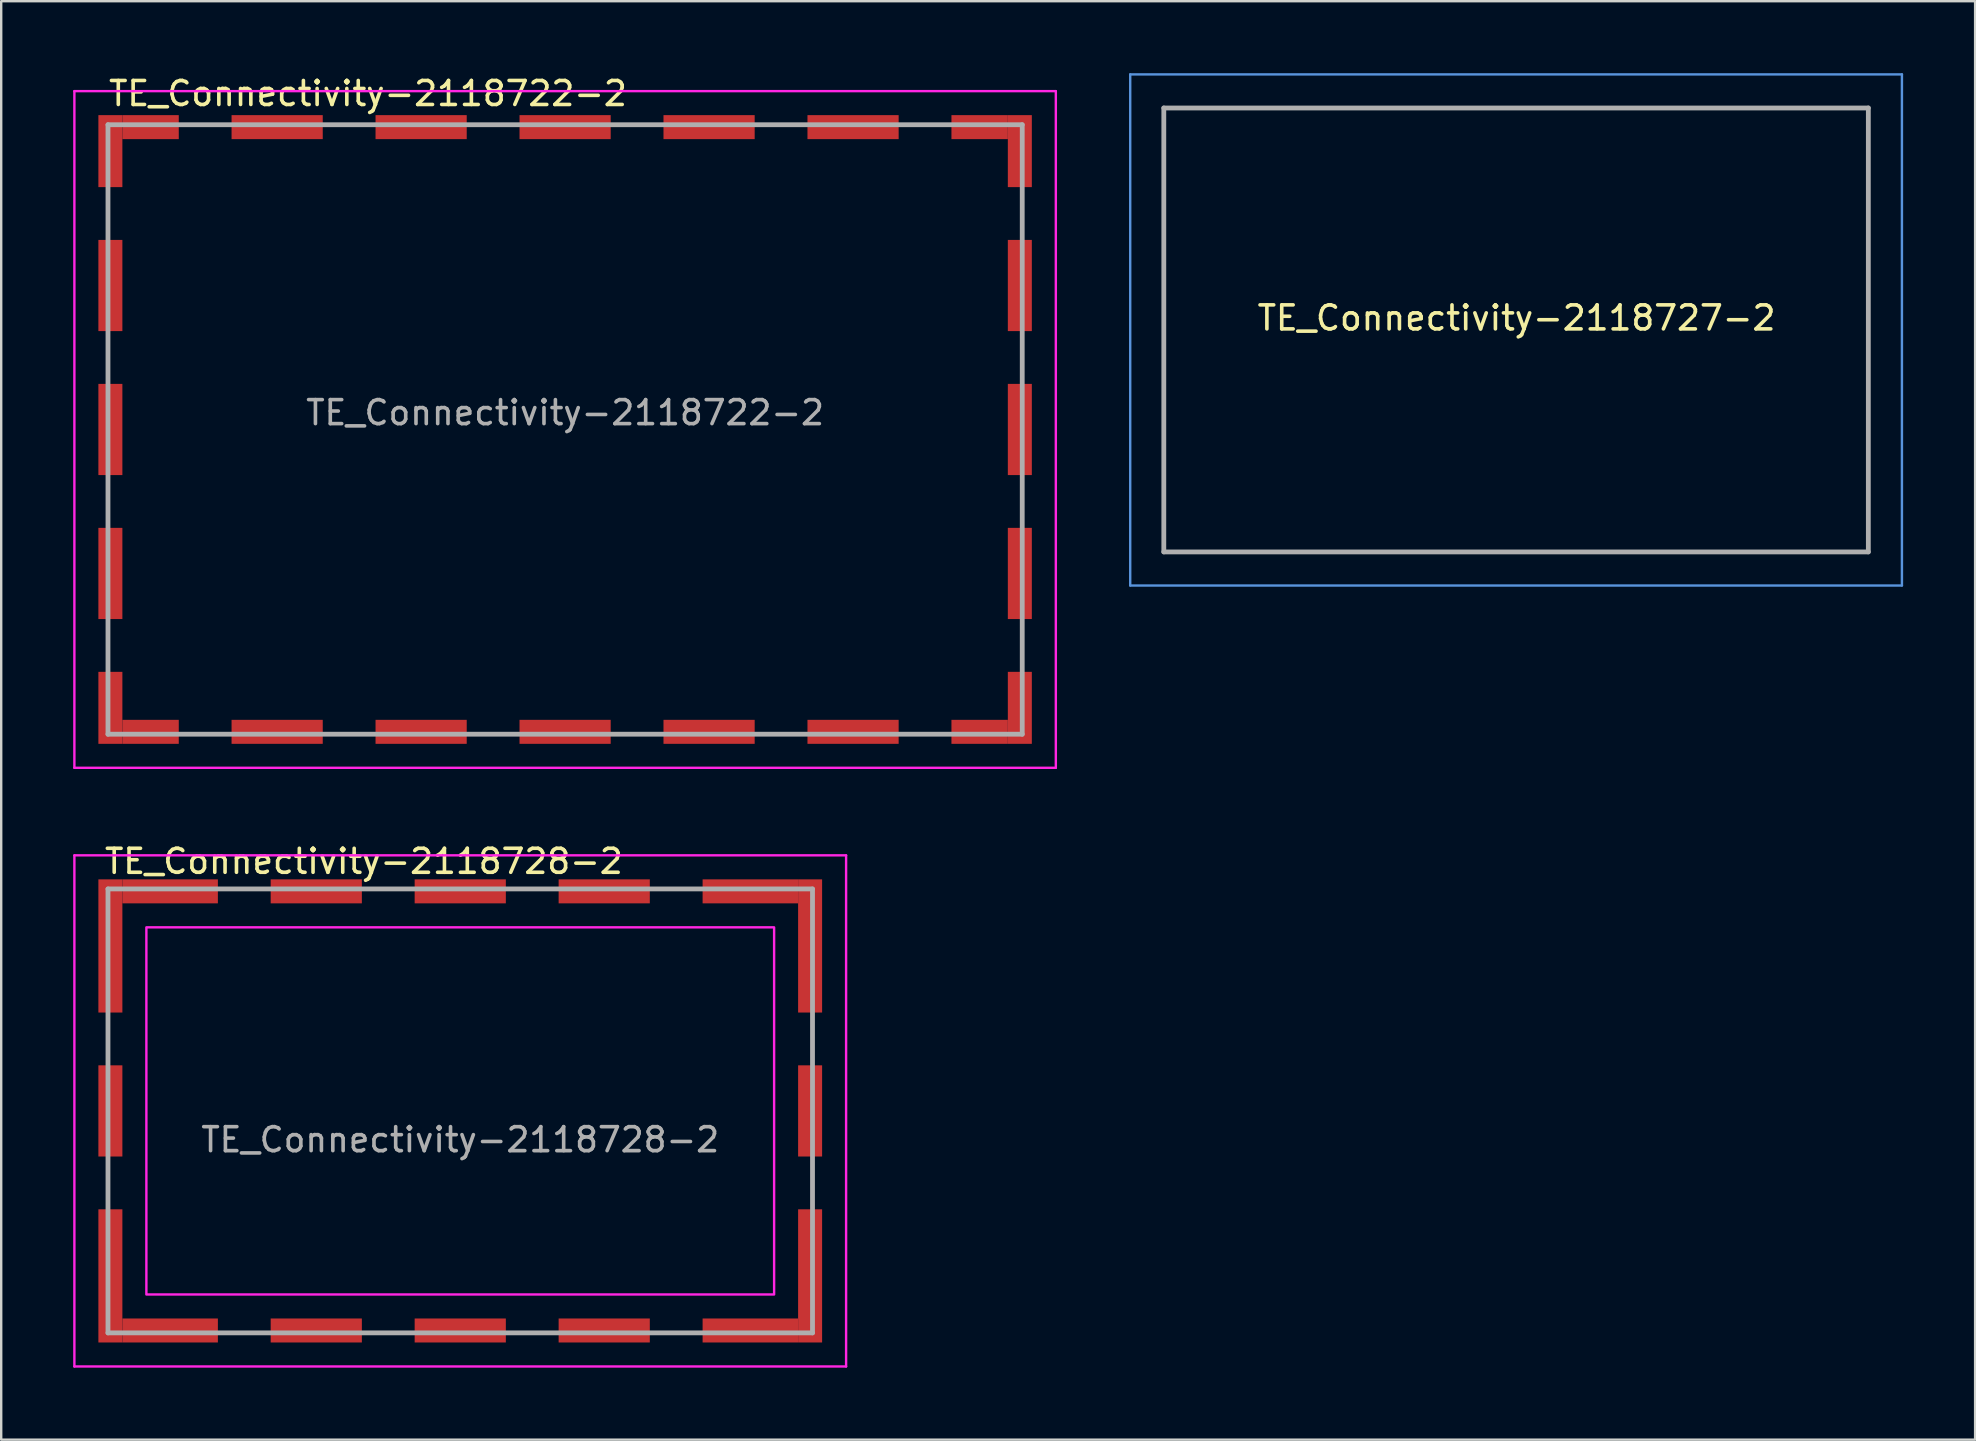
<source format=kicad_pcb>
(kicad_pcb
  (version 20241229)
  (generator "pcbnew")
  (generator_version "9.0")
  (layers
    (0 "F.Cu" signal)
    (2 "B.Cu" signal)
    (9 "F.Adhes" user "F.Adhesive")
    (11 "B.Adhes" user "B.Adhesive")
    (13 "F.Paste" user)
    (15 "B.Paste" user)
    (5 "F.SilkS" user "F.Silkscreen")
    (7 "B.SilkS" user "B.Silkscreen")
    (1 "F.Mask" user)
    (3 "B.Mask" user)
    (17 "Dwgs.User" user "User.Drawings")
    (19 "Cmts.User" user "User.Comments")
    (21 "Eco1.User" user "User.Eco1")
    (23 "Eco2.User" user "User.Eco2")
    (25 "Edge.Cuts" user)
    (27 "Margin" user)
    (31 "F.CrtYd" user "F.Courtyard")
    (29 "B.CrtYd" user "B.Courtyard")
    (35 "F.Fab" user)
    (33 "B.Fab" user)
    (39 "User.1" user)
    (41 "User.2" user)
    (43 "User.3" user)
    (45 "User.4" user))
  (footprint "TE_Connectivity-2118728-2"
    (layer "F.Cu")
    (at 16.13 43.246)
    (property "Reference" "TE_Connectivity-2118728-2" (at -14.9 -10.4 0) (layer "F.SilkS") (effects (font (size 1 1) (thickness 0.15)) (justify left)))
    (attr smd allow_missing_courtyard)
    (fp_line (start -14.68 -4) (end -14.68 -2) (stroke (width 0.1) (type solid)) (layer "F.SilkS"))
    (fp_line (start -14.68 2) (end -14.68 4) (stroke (width 0.1) (type solid)) (layer "F.SilkS"))
    (fp_line (start -10 -9.25) (end -8 -9.25) (stroke (width 0.1) (type solid)) (layer "F.SilkS"))
    (fp_line (start -10 9.25) (end -8 9.25) (stroke (width 0.1) (type solid)) (layer "F.SilkS"))
    (fp_line (start 8 -9.25) (end 10 -9.25) (stroke (width 0.1) (type solid)) (layer "F.SilkS"))
    (fp_line (start 8 9.25) (end 10 9.25) (stroke (width 0.1) (type solid)) (layer "F.SilkS"))
    (fp_line (start 14.68 -4) (end 14.68 -2) (stroke (width 0.1) (type solid)) (layer "F.SilkS"))
    (fp_line (start 14.68 4) (end 14.68 2) (stroke (width 0.1) (type solid)) (layer "F.SilkS"))
    (fp_line (start -16.08 -10.65) (end 16.08 -10.65) (stroke (width 0.1) (type solid)) (layer "F.CrtYd"))
    (fp_line (start -16.08 10.65) (end -16.08 -10.65) (stroke (width 0.1) (type solid)) (layer "F.CrtYd"))
    (fp_line (start 16.08 -10.65) (end 16.08 10.65) (stroke (width 0.1) (type solid)) (layer "F.CrtYd"))
    (fp_line (start 16.08 10.65) (end -16.08 10.65) (stroke (width 0.1) (type solid)) (layer "F.CrtYd"))
    (fp_rect (start -13.08 -7.65) (end 13.08 7.65) (stroke (width 0.1) (type default)) (fill no) (layer "F.CrtYd"))
    (fp_line (start -14.68 -9.25) (end 14.68 -9.25) (stroke (width 0.2) (type solid)) (layer "F.Fab"))
    (fp_line (start -14.68 9.25) (end -14.68 -9.25) (stroke (width 0.2) (type solid)) (layer "F.Fab"))
    (fp_line (start 14.68 -9.25) (end 14.68 9.25) (stroke (width 0.2) (type solid)) (layer "F.Fab"))
    (fp_line (start 14.68 9.25) (end -14.68 9.25) (stroke (width 0.2) (type solid)) (layer "F.Fab"))
    (fp_text user "${REFERENCE}" (at 0 1.2 0) (layer "F.Fab") (effects (font (size 1 1) (thickness 0.15))))
    (pad "1" smd rect (at -14.58 -6.875) (size 1 5.55) (layers "F.Cu" "F.Mask" "F.Paste"))
    (pad "1" smd rect (at -14.58 0) (size 1 3.8) (layers "F.Cu" "F.Mask" "F.Paste"))
    (pad "1" smd rect (at -14.58 6.875) (size 1 5.55) (layers "F.Cu" "F.Mask" "F.Paste"))
    (pad "1" smd rect (at -12.09 -9.15 90) (size 1 3.98) (layers "F.Cu" "F.Mask" "F.Paste"))
    (pad "1" smd rect (at -12.09 9.15 90) (size 1 3.98) (layers "F.Cu" "F.Mask" "F.Paste"))
    (pad "1" smd rect (at -6 -9.15 90) (size 1 3.8) (layers "F.Cu" "F.Mask" "F.Paste"))
    (pad "1" smd rect (at -6 9.15 90) (size 1 3.8) (layers "F.Cu" "F.Mask" "F.Paste"))
    (pad "1" smd rect (at 0 -9.15 90) (size 1 3.8) (layers "F.Cu" "F.Mask" "F.Paste"))
    (pad "1" smd rect (at 0 9.15 90) (size 1 3.8) (layers "F.Cu" "F.Mask" "F.Paste"))
    (pad "1" smd rect (at 6 -9.15 90) (size 1 3.8) (layers "F.Cu" "F.Mask" "F.Paste"))
    (pad "1" smd rect (at 6 9.15 90) (size 1 3.8) (layers "F.Cu" "F.Mask" "F.Paste"))
    (pad "1" smd rect (at 12.09 -9.15 90) (size 1 3.98) (layers "F.Cu" "F.Mask" "F.Paste"))
    (pad "1" smd rect (at 12.09 9.15 90) (size 1 3.98) (layers "F.Cu" "F.Mask" "F.Paste"))
    (pad "1" smd rect (at 14.58 -6.875) (size 1 5.55) (layers "F.Cu" "F.Mask" "F.Paste"))
    (pad "1" smd rect (at 14.58 0) (size 1 3.8) (layers "F.Cu" "F.Mask" "F.Paste"))
    (pad "1" smd rect (at 14.58 6.875) (size 1 5.55) (layers "F.Cu" "F.Mask" "F.Paste")))
  (footprint "TE_Connectivity-2118722-2"
    (layer "F.Cu")
    (at 20.5 14.848)
    (property "Reference" "TE_Connectivity-2118722-2" (at -19.1 -14 0) (layer "F.SilkS") (effects (font (size 1 1) (thickness 0.15)) (justify left)))
    (attr smd)
    (fp_line (start -19.05 -9.5) (end -19.05 -8.5) (stroke (width 0.1) (type solid)) (layer "F.SilkS"))
    (fp_line (start -19.05 8.5) (end -19.05 9.5) (stroke (width 0.1) (type solid)) (layer "F.SilkS"))
    (fp_line (start -15.5 12.7) (end -14.5 12.7) (stroke (width 0.1) (type solid)) (layer "F.SilkS"))
    (fp_line (start -14.5 -12.7) (end -15.5 -12.7) (stroke (width 0.1) (type solid)) (layer "F.SilkS"))
    (fp_line (start 14.5 12.7) (end 15.5 12.7) (stroke (width 0.1) (type solid)) (layer "F.SilkS"))
    (fp_line (start 15.5 -12.7) (end 14.5 -12.7) (stroke (width 0.1) (type solid)) (layer "F.SilkS"))
    (fp_line (start 19.05 -8.5) (end 19.05 -9.5) (stroke (width 0.1) (type solid)) (layer "F.SilkS"))
    (fp_line (start 19.05 9.5) (end 19.05 8.5) (stroke (width 0.1) (type solid)) (layer "F.SilkS"))
    (fp_line (start -20.45 -14.1) (end 20.45 -14.1) (stroke (width 0.1) (type solid)) (layer "F.CrtYd"))
    (fp_line (start -20.45 14.1) (end -20.45 -14.1) (stroke (width 0.1) (type solid)) (layer "F.CrtYd"))
    (fp_line (start 20.45 -14.1) (end 20.45 14.1) (stroke (width 0.1) (type solid)) (layer "F.CrtYd"))
    (fp_line (start 20.45 14.1) (end -20.45 14.1) (stroke (width 0.1) (type solid)) (layer "F.CrtYd"))
    (fp_line (start -19.05 -12.7) (end 19.05 -12.7) (stroke (width 0.2) (type solid)) (layer "F.Fab"))
    (fp_line (start -19.05 12.7) (end -19.05 -12.7) (stroke (width 0.2) (type solid)) (layer "F.Fab"))
    (fp_line (start 19.05 -12.7) (end 19.05 12.7) (stroke (width 0.2) (type solid)) (layer "F.Fab"))
    (fp_line (start 19.05 12.7) (end -19.05 12.7) (stroke (width 0.2) (type solid)) (layer "F.Fab"))
    (fp_text user "${REFERENCE}" (at 0 -0.7 0) (layer "F.Fab") (effects (font (size 1 1) (thickness 0.15))))
    (pad "1" smd rect (at -17.275 12.6 90) (size 1 2.35) (layers "F.Cu" "F.Mask" "F.Paste"))
    (pad "2" smd rect (at -12 12.6 90) (size 1 3.8) (layers "F.Cu" "F.Mask" "F.Paste"))
    (pad "3" smd rect (at -6 12.6 90) (size 1 3.8) (layers "F.Cu" "F.Mask" "F.Paste"))
    (pad "4" smd rect (at 0 12.6 90) (size 1 3.8) (layers "F.Cu" "F.Mask" "F.Paste"))
    (pad "5" smd rect (at 6 12.6 90) (size 1 3.8) (layers "F.Cu" "F.Mask" "F.Paste"))
    (pad "6" smd rect (at 12 12.6 90) (size 1 3.8) (layers "F.Cu" "F.Mask" "F.Paste"))
    (pad "7" smd rect (at 17.275 12.6 90) (size 1 2.35) (layers "F.Cu" "F.Mask" "F.Paste"))
    (pad "8" smd rect (at 18.95 11.6) (size 1 3) (layers "F.Cu" "F.Mask" "F.Paste"))
    (pad "9" smd rect (at 18.95 6) (size 1 3.8) (layers "F.Cu" "F.Mask" "F.Paste"))
    (pad "10" smd rect (at 18.95 0) (size 1 3.8) (layers "F.Cu" "F.Mask" "F.Paste"))
    (pad "11" smd rect (at 18.95 -6) (size 1 3.8) (layers "F.Cu" "F.Mask" "F.Paste"))
    (pad "12" smd rect (at 18.95 -11.6) (size 1 3) (layers "F.Cu" "F.Mask" "F.Paste"))
    (pad "13" smd rect (at 17.275 -12.6 90) (size 1 2.35) (layers "F.Cu" "F.Mask" "F.Paste"))
    (pad "14" smd rect (at 12 -12.6 90) (size 1 3.8) (layers "F.Cu" "F.Mask" "F.Paste"))
    (pad "15" smd rect (at 6 -12.6 90) (size 1 3.8) (layers "F.Cu" "F.Mask" "F.Paste"))
    (pad "16" smd rect (at 0 -12.6 90) (size 1 3.8) (layers "F.Cu" "F.Mask" "F.Paste"))
    (pad "17" smd rect (at -6 -12.6 90) (size 1 3.8) (layers "F.Cu" "F.Mask" "F.Paste"))
    (pad "18" smd rect (at -12 -12.6 90) (size 1 3.8) (layers "F.Cu" "F.Mask" "F.Paste"))
    (pad "19" smd rect (at -17.275 -12.6 90) (size 1 2.35) (layers "F.Cu" "F.Mask" "F.Paste"))
    (pad "20" smd rect (at -18.95 -11.6) (size 1 3) (layers "F.Cu" "F.Mask" "F.Paste"))
    (pad "21" smd rect (at -18.95 -6) (size 1 3.8) (layers "F.Cu" "F.Mask" "F.Paste"))
    (pad "22" smd rect (at -18.95 0) (size 1 3.8) (layers "F.Cu" "F.Mask" "F.Paste"))
    (pad "23" smd rect (at -18.95 6) (size 1 3.8) (layers "F.Cu" "F.Mask" "F.Paste"))
    (pad "24" smd rect (at -18.95 11.6) (size 1 3) (layers "F.Cu" "F.Mask" "F.Paste")))
  (footprint "TE_Connectivity-2118727-2"
    (layer "F.Cu")
    (at 60.15 10.7)
    (property "Reference" "TE_Connectivity-2118727-2" (at 0 -0.5 0) (unlocked yes) (layer "F.SilkS") (effects (font (size 1 1) (thickness 0.15))))
    (fp_line (start -16.1 -10.65) (end 16.06 -10.65) (stroke (width 0.1) (type solid)) (layer "Cmts.User"))
    (fp_line (start -16.1 10.65) (end -16.1 -10.65) (stroke (width 0.1) (type solid)) (layer "Cmts.User"))
    (fp_line (start 16.06 -10.65) (end 16.06 10.65) (stroke (width 0.1) (type solid)) (layer "Cmts.User"))
    (fp_line (start 16.06 10.65) (end -16.1 10.65) (stroke (width 0.1) (type solid)) (layer "Cmts.User"))
    (fp_line (start -14.7 -9.25) (end 14.66 -9.25) (stroke (width 0.2) (type solid)) (layer "F.Fab"))
    (fp_line (start -14.7 9.25) (end -14.7 -9.25) (stroke (width 0.2) (type solid)) (layer "F.Fab"))
    (fp_line (start 14.66 -9.25) (end 14.66 9.25) (stroke (width 0.2) (type solid)) (layer "F.Fab"))
    (fp_line (start 14.66 9.25) (end -14.7 9.25) (stroke (width 0.2) (type solid)) (layer "F.Fab")))
  (gr_rect
    (start -3 -3)
    (end 79.26 56.947)
    (stroke (width 0.1) (type default))
    (fill no)
    (layer "Edge.Cuts")))
</source>
